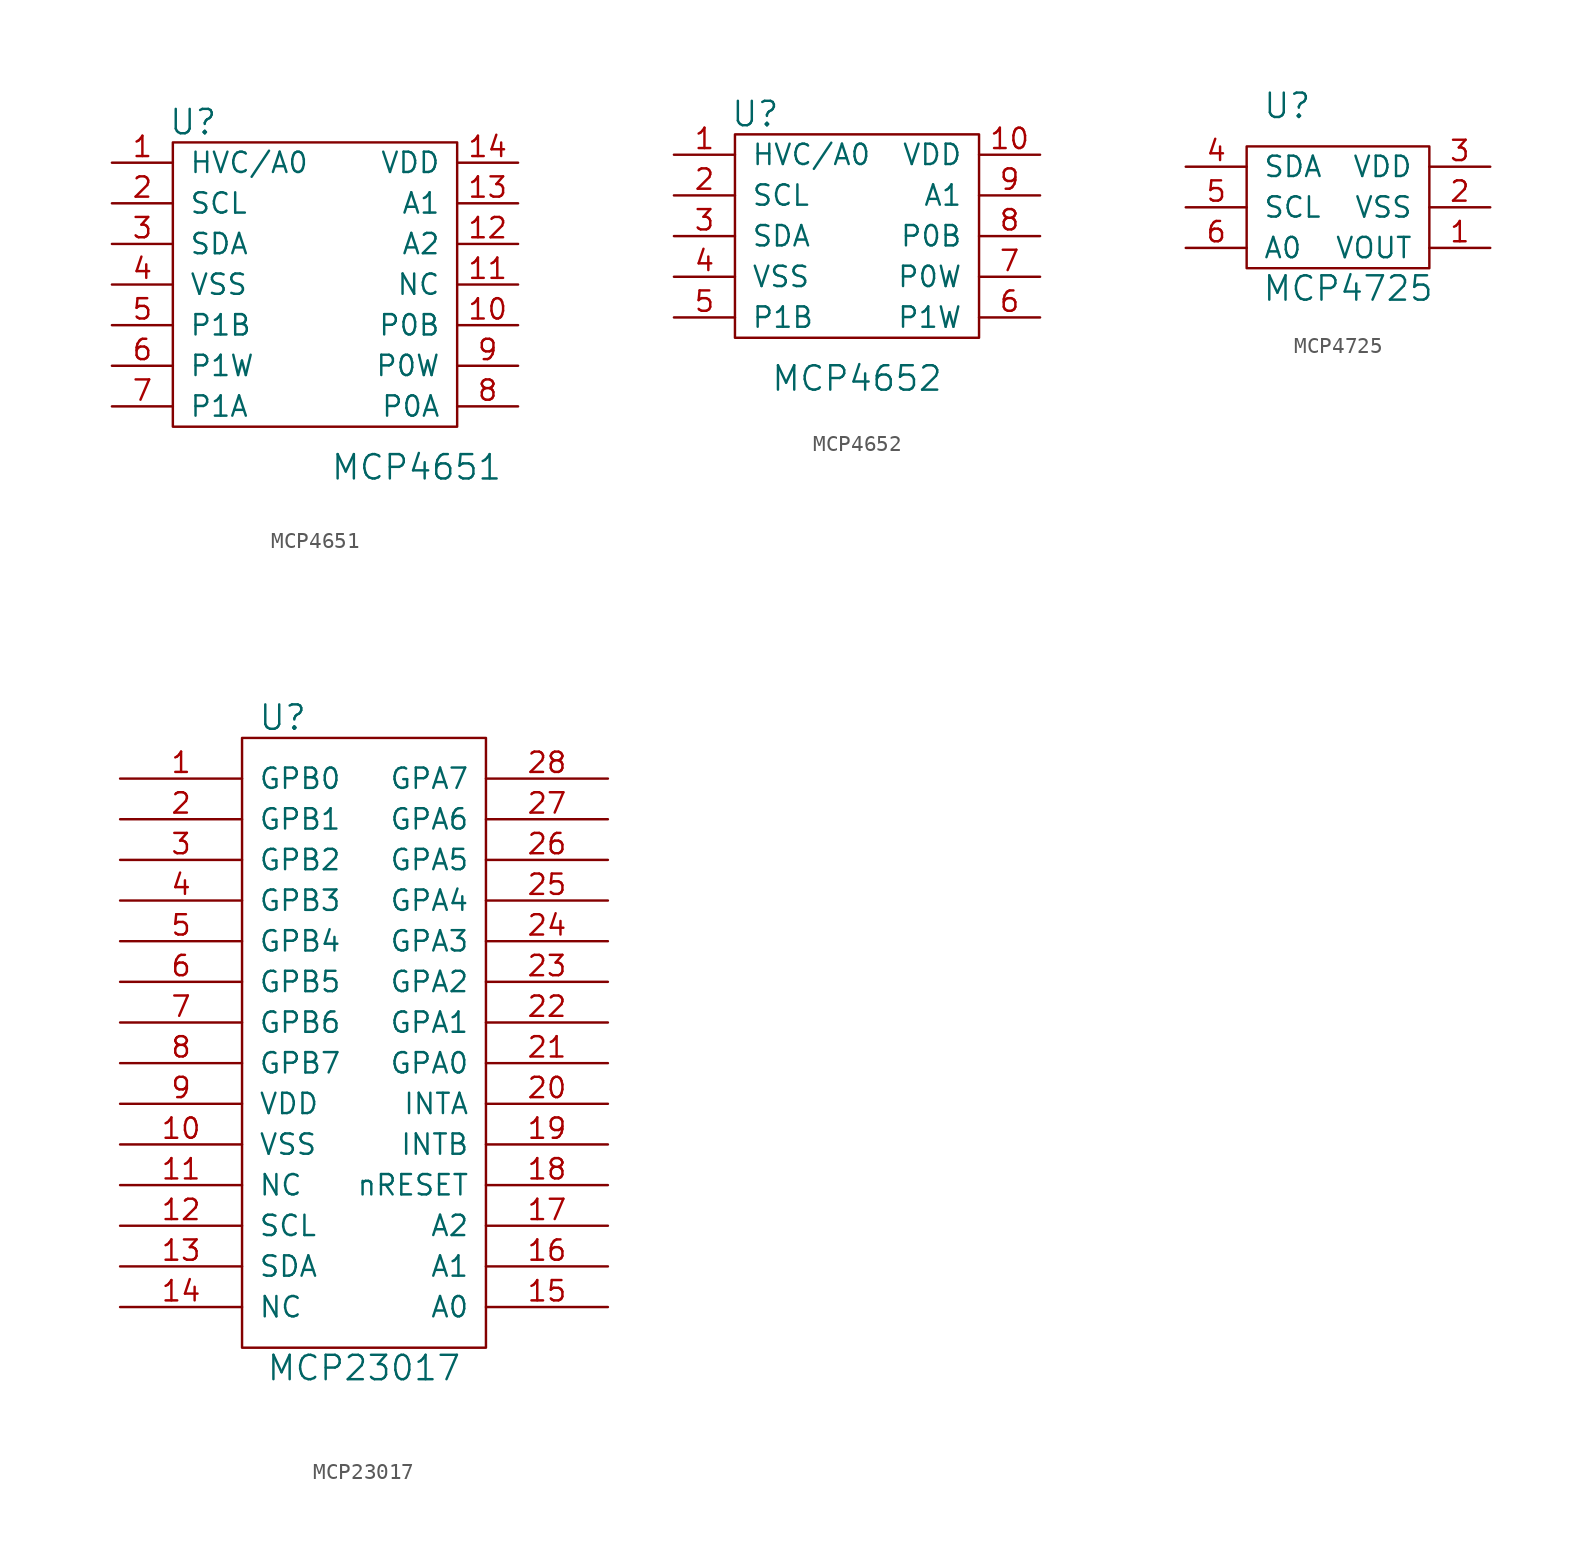
<source format=kicad_sym>
(kicad_symbol_lib
  (version 20210619)
  (generator kicad_symbol_editor)
  (symbol "tinkerforge:MCP4651"
    (pin_names
      (offset 1.016))
    (property "Reference" "U"
      (at -7.62 10.16 0)
      (effects (font (size 1.524 1.524))))
    (property "Value" "MCP4651"
      (at 6.35 -11.43 0)
      (effects (font (size 1.524 1.524))))
    (property "Footprint" ""
      (at 0 0 0)
      (effects (font (size 1.524 1.524))))
    (property "Datasheet" ""
      (at 0 0 0)
      (effects (font (size 1.524 1.524))))
    (symbol "MCP4651_0_1"
      (rectangle (start -8.89 8.89) (end 8.89 -8.89) (stroke (width 0)) (fill (type none))))
    (symbol "MCP4651_1_1"
      (pin passive line (at -12.7 7.62 0) (length 3.81) (name "HVC/A0" (effects (font (size 1.27 1.27)))) (number "1" (effects (font (size 1.27 1.27)))))
      (pin passive line (at 12.7 -2.54 180) (length 3.81) (name "P0B" (effects (font (size 1.27 1.27)))) (number "10" (effects (font (size 1.27 1.27)))))
      (pin input line (at 12.7 0 180) (length 3.81) (name "NC" (effects (font (size 1.27 1.27)))) (number "11" (effects (font (size 1.27 1.27)))))
      (pin passive line (at 12.7 2.54 180) (length 3.81) (name "A2" (effects (font (size 1.27 1.27)))) (number "12" (effects (font (size 1.27 1.27)))))
      (pin passive line (at 12.7 5.08 180) (length 3.81) (name "A1" (effects (font (size 1.27 1.27)))) (number "13" (effects (font (size 1.27 1.27)))))
      (pin passive line (at 12.7 7.62 180) (length 3.81) (name "VDD" (effects (font (size 1.27 1.27)))) (number "14" (effects (font (size 1.27 1.27)))))
      (pin passive line (at -12.7 5.08 0) (length 3.81) (name "SCL" (effects (font (size 1.27 1.27)))) (number "2" (effects (font (size 1.27 1.27)))))
      (pin passive line (at -12.7 2.54 0) (length 3.81) (name "SDA" (effects (font (size 1.27 1.27)))) (number "3" (effects (font (size 1.27 1.27)))))
      (pin passive line (at -12.7 0 0) (length 3.81) (name "VSS" (effects (font (size 1.27 1.27)))) (number "4" (effects (font (size 1.27 1.27)))))
      (pin passive line (at -12.7 -2.54 0) (length 3.81) (name "P1B" (effects (font (size 1.27 1.27)))) (number "5" (effects (font (size 1.27 1.27)))))
      (pin passive line (at -12.7 -5.08 0) (length 3.81) (name "P1W" (effects (font (size 1.27 1.27)))) (number "6" (effects (font (size 1.27 1.27)))))
      (pin passive line (at -12.7 -7.62 0) (length 3.81) (name "P1A" (effects (font (size 1.27 1.27)))) (number "7" (effects (font (size 1.27 1.27)))))
      (pin passive line (at 12.7 -7.62 180) (length 3.81) (name "P0A" (effects (font (size 1.27 1.27)))) (number "8" (effects (font (size 1.27 1.27)))))
      (pin passive line (at 12.7 -5.08 180) (length 3.81) (name "P0W" (effects (font (size 1.27 1.27)))) (number "9" (effects (font (size 1.27 1.27)))))))
  (symbol "tinkerforge:MCP4652"
    (pin_names
      (offset 1.016))
    (property "Reference" "U"
      (at -6.35 7.62 0)
      (effects (font (size 1.524 1.524))))
    (property "Value" "MCP4652"
      (at 0 -8.89 0)
      (effects (font (size 1.524 1.524))))
    (property "Footprint" ""
      (at 0 0 0)
      (effects (font (size 1.524 1.524))))
    (property "Datasheet" ""
      (at 0 0 0)
      (effects (font (size 1.524 1.524))))
    (symbol "MCP4652_0_1"
      (rectangle (start -7.62 6.35) (end 7.62 -6.35) (stroke (width 0)) (fill (type none))))
    (symbol "MCP4652_1_1"
      (pin passive line (at -11.43 5.08 0) (length 3.81) (name "HVC/A0" (effects (font (size 1.27 1.27)))) (number "1" (effects (font (size 1.27 1.27)))))
      (pin passive line (at 11.43 5.08 180) (length 3.81) (name "VDD" (effects (font (size 1.27 1.27)))) (number "10" (effects (font (size 1.27 1.27)))))
      (pin passive line (at -11.43 2.54 0) (length 3.81) (name "SCL" (effects (font (size 1.27 1.27)))) (number "2" (effects (font (size 1.27 1.27)))))
      (pin passive line (at -11.43 0 0) (length 3.81) (name "SDA" (effects (font (size 1.27 1.27)))) (number "3" (effects (font (size 1.27 1.27)))))
      (pin passive line (at -11.43 -2.54 0) (length 3.81) (name "VSS" (effects (font (size 1.27 1.27)))) (number "4" (effects (font (size 1.27 1.27)))))
      (pin passive line (at -11.43 -5.08 0) (length 3.81) (name "P1B" (effects (font (size 1.27 1.27)))) (number "5" (effects (font (size 1.27 1.27)))))
      (pin passive line (at 11.43 -5.08 180) (length 3.81) (name "P1W" (effects (font (size 1.27 1.27)))) (number "6" (effects (font (size 1.27 1.27)))))
      (pin passive line (at 11.43 -2.54 180) (length 3.81) (name "P0W" (effects (font (size 1.27 1.27)))) (number "7" (effects (font (size 1.27 1.27)))))
      (pin passive line (at 11.43 0 180) (length 3.81) (name "P0B" (effects (font (size 1.27 1.27)))) (number "8" (effects (font (size 1.27 1.27)))))
      (pin passive line (at 11.43 2.54 180) (length 3.81) (name "A1" (effects (font (size 1.27 1.27)))) (number "9" (effects (font (size 1.27 1.27)))))))
  (symbol "tinkerforge:MCP4725"
    (pin_names
      (offset 1.016))
    (property "Reference" "U"
      (at -3.81 6.35 0)
      (effects (font (size 1.524 1.524))))
    (property "Value" "MCP4725"
      (at 0 -5.08 0)
      (effects (font (size 1.524 1.524))))
    (property "Footprint" ""
      (at 0 0 0)
      (effects (font (size 1.524 1.524))))
    (property "Datasheet" ""
      (at 0 0 0)
      (effects (font (size 1.524 1.524))))
    (symbol "MCP4725_0_1"
      (rectangle (start -6.35 3.81) (end 5.08 -3.81) (stroke (width 0)) (fill (type none))))
    (symbol "MCP4725_1_1"
      (pin output line (at 8.89 -2.54 180) (length 3.81) (name "VOUT" (effects (font (size 1.27 1.27)))) (number "1" (effects (font (size 1.27 1.27)))))
      (pin passive line (at 8.89 0 180) (length 3.81) (name "VSS" (effects (font (size 1.27 1.27)))) (number "2" (effects (font (size 1.27 1.27)))))
      (pin passive line (at 8.89 2.54 180) (length 3.81) (name "VDD" (effects (font (size 1.27 1.27)))) (number "3" (effects (font (size 1.27 1.27)))))
      (pin passive line (at -10.16 2.54 0) (length 3.81) (name "SDA" (effects (font (size 1.27 1.27)))) (number "4" (effects (font (size 1.27 1.27)))))
      (pin passive line (at -10.16 0 0) (length 3.81) (name "SCL" (effects (font (size 1.27 1.27)))) (number "5" (effects (font (size 1.27 1.27)))))
      (pin passive line (at -10.16 -2.54 0) (length 3.81) (name "A0" (effects (font (size 1.27 1.27)))) (number "6" (effects (font (size 1.27 1.27)))))))
  (symbol "tinkerforge:MCP23017"
    (pin_names
      (offset 1.016))
    (property "Reference" "U"
      (at -5.08 20.32 0)
      (effects (font (size 1.524 1.524))))
    (property "Value" "MCP23017"
      (at 0 -20.32 0)
      (effects (font (size 1.524 1.524))))
    (property "Footprint" ""
      (at 0 0 0)
      (effects (font (size 1.524 1.524))))
    (property "Datasheet" ""
      (at 0 0 0)
      (effects (font (size 1.524 1.524))))
    (symbol "MCP23017_0_1"
      (rectangle (start -7.62 19.05) (end 7.62 -19.05) (stroke (width 0)) (fill (type none))))
    (symbol "MCP23017_1_1"
      (pin passive line (at -15.24 16.51 0) (length 7.62) (name "GPB0" (effects (font (size 1.27 1.27)))) (number "1" (effects (font (size 1.27 1.27)))))
      (pin passive line (at -15.24 -6.35 0) (length 7.62) (name "VSS" (effects (font (size 1.27 1.27)))) (number "10" (effects (font (size 1.27 1.27)))))
      (pin input line (at -15.24 -8.89 0) (length 7.62) (name "NC" (effects (font (size 1.27 1.27)))) (number "11" (effects (font (size 1.27 1.27)))))
      (pin passive line (at -15.24 -11.43 0) (length 7.62) (name "SCL" (effects (font (size 1.27 1.27)))) (number "12" (effects (font (size 1.27 1.27)))))
      (pin passive line (at -15.24 -13.97 0) (length 7.62) (name "SDA" (effects (font (size 1.27 1.27)))) (number "13" (effects (font (size 1.27 1.27)))))
      (pin input line (at -15.24 -16.51 0) (length 7.62) (name "NC" (effects (font (size 1.27 1.27)))) (number "14" (effects (font (size 1.27 1.27)))))
      (pin passive line (at 15.24 -16.51 180) (length 7.62) (name "A0" (effects (font (size 1.27 1.27)))) (number "15" (effects (font (size 1.27 1.27)))))
      (pin passive line (at 15.24 -13.97 180) (length 7.62) (name "A1" (effects (font (size 1.27 1.27)))) (number "16" (effects (font (size 1.27 1.27)))))
      (pin passive line (at 15.24 -11.43 180) (length 7.62) (name "A2" (effects (font (size 1.27 1.27)))) (number "17" (effects (font (size 1.27 1.27)))))
      (pin passive line (at 15.24 -8.89 180) (length 7.62) (name "nRESET" (effects (font (size 1.27 1.27)))) (number "18" (effects (font (size 1.27 1.27)))))
      (pin passive line (at 15.24 -6.35 180) (length 7.62) (name "INTB" (effects (font (size 1.27 1.27)))) (number "19" (effects (font (size 1.27 1.27)))))
      (pin passive line (at -15.24 13.97 0) (length 7.62) (name "GPB1" (effects (font (size 1.27 1.27)))) (number "2" (effects (font (size 1.27 1.27)))))
      (pin passive line (at 15.24 -3.81 180) (length 7.62) (name "INTA" (effects (font (size 1.27 1.27)))) (number "20" (effects (font (size 1.27 1.27)))))
      (pin passive line (at 15.24 -1.27 180) (length 7.62) (name "GPA0" (effects (font (size 1.27 1.27)))) (number "21" (effects (font (size 1.27 1.27)))))
      (pin passive line (at 15.24 1.27 180) (length 7.62) (name "GPA1" (effects (font (size 1.27 1.27)))) (number "22" (effects (font (size 1.27 1.27)))))
      (pin passive line (at 15.24 3.81 180) (length 7.62) (name "GPA2" (effects (font (size 1.27 1.27)))) (number "23" (effects (font (size 1.27 1.27)))))
      (pin passive line (at 15.24 6.35 180) (length 7.62) (name "GPA3" (effects (font (size 1.27 1.27)))) (number "24" (effects (font (size 1.27 1.27)))))
      (pin passive line (at 15.24 8.89 180) (length 7.62) (name "GPA4" (effects (font (size 1.27 1.27)))) (number "25" (effects (font (size 1.27 1.27)))))
      (pin passive line (at 15.24 11.43 180) (length 7.62) (name "GPA5" (effects (font (size 1.27 1.27)))) (number "26" (effects (font (size 1.27 1.27)))))
      (pin passive line (at 15.24 13.97 180) (length 7.62) (name "GPA6" (effects (font (size 1.27 1.27)))) (number "27" (effects (font (size 1.27 1.27)))))
      (pin passive line (at 15.24 16.51 180) (length 7.62) (name "GPA7" (effects (font (size 1.27 1.27)))) (number "28" (effects (font (size 1.27 1.27)))))
      (pin passive line (at -15.24 11.43 0) (length 7.62) (name "GPB2" (effects (font (size 1.27 1.27)))) (number "3" (effects (font (size 1.27 1.27)))))
      (pin passive line (at -15.24 8.89 0) (length 7.62) (name "GPB3" (effects (font (size 1.27 1.27)))) (number "4" (effects (font (size 1.27 1.27)))))
      (pin passive line (at -15.24 6.35 0) (length 7.62) (name "GPB4" (effects (font (size 1.27 1.27)))) (number "5" (effects (font (size 1.27 1.27)))))
      (pin passive line (at -15.24 3.81 0) (length 7.62) (name "GPB5" (effects (font (size 1.27 1.27)))) (number "6" (effects (font (size 1.27 1.27)))))
      (pin passive line (at -15.24 1.27 0) (length 7.62) (name "GPB6" (effects (font (size 1.27 1.27)))) (number "7" (effects (font (size 1.27 1.27)))))
      (pin passive line (at -15.24 -1.27 0) (length 7.62) (name "GPB7" (effects (font (size 1.27 1.27)))) (number "8" (effects (font (size 1.27 1.27)))))
      (pin passive line (at -15.24 -3.81 0) (length 7.62) (name "VDD" (effects (font (size 1.27 1.27)))) (number "9" (effects (font (size 1.27 1.27))))))))
</source>
